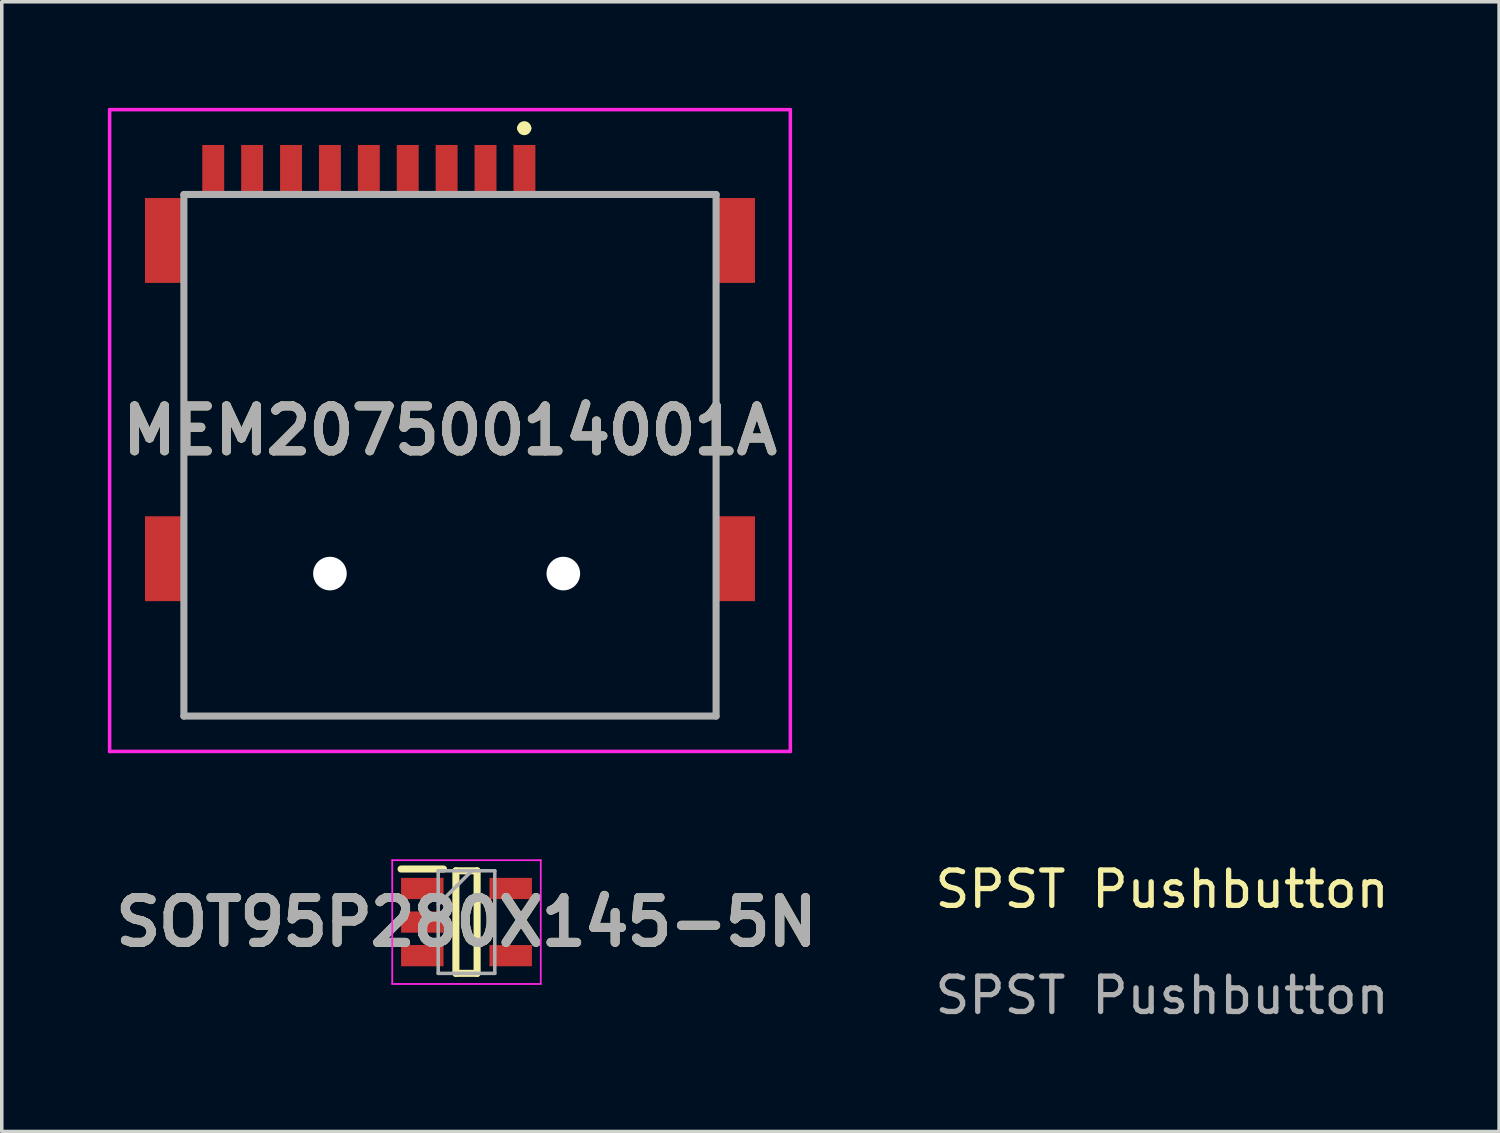
<source format=kicad_pcb>
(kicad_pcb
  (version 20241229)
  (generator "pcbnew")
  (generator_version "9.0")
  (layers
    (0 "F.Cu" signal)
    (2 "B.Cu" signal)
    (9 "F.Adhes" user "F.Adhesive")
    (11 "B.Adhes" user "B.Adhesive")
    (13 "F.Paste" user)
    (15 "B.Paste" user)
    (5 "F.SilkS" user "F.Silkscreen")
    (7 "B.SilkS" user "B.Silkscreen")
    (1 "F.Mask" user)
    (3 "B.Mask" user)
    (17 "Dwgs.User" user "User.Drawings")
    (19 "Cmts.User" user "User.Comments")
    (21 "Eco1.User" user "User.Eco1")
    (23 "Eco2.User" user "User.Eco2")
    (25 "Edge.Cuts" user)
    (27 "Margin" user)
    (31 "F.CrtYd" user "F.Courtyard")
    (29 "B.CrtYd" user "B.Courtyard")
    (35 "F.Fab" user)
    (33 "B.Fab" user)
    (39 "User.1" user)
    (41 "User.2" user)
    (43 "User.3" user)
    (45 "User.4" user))
  (footprint "SOT95P280X145-5N"
    (layer "F.Cu")
    (at 10.142 23.025)
    (property "Reference" "SOT95P280X145-5N" (at 0 0 0) (layer "F.SilkS") (effects (font (size 1.27 1.27) (thickness 0.254))))
    (attr smd)
    (fp_line (start -1.85 -1.5) (end -0.65 -1.5) (stroke (width 0.2) (type solid)) (layer "F.SilkS"))
    (fp_line (start -0.3 -1.45) (end 0.3 -1.45) (stroke (width 0.2) (type solid)) (layer "F.SilkS"))
    (fp_line (start -0.3 1.45) (end -0.3 -1.45) (stroke (width 0.2) (type solid)) (layer "F.SilkS"))
    (fp_line (start 0.3 -1.45) (end 0.3 1.45) (stroke (width 0.2) (type solid)) (layer "F.SilkS"))
    (fp_line (start 0.3 1.45) (end -0.3 1.45) (stroke (width 0.2) (type solid)) (layer "F.SilkS"))
    (fp_line (start -2.1 -1.75) (end 2.1 -1.75) (stroke (width 0.05) (type solid)) (layer "F.CrtYd"))
    (fp_line (start -2.1 1.75) (end -2.1 -1.75) (stroke (width 0.05) (type solid)) (layer "F.CrtYd"))
    (fp_line (start 2.1 -1.75) (end 2.1 1.75) (stroke (width 0.05) (type solid)) (layer "F.CrtYd"))
    (fp_line (start 2.1 1.75) (end -2.1 1.75) (stroke (width 0.05) (type solid)) (layer "F.CrtYd"))
    (fp_line (start -0.8 -1.45) (end 0.8 -1.45) (stroke (width 0.1) (type solid)) (layer "F.Fab"))
    (fp_line (start -0.8 -0.5) (end 0.15 -1.45) (stroke (width 0.1) (type solid)) (layer "F.Fab"))
    (fp_line (start -0.8 1.45) (end -0.8 -1.45) (stroke (width 0.1) (type solid)) (layer "F.Fab"))
    (fp_line (start 0.8 -1.45) (end 0.8 1.45) (stroke (width 0.1) (type solid)) (layer "F.Fab"))
    (fp_line (start 0.8 1.45) (end -0.8 1.45) (stroke (width 0.1) (type solid)) (layer "F.Fab"))
    (fp_text user "${REFERENCE}" (at 0 0 0) (layer "F.Fab") (effects (font (size 1.27 1.27) (thickness 0.254))))
    (pad "1" smd rect (at -1.25 -0.95 90) (size 0.6 1.2) (layers "F.Cu" "F.Mask" "F.Paste"))
    (pad "2" smd rect (at -1.25 0 90) (size 0.6 1.2) (layers "F.Cu" "F.Mask" "F.Paste"))
    (pad "3" smd rect (at -1.25 0.95 90) (size 0.6 1.2) (layers "F.Cu" "F.Mask" "F.Paste"))
    (pad "4" smd rect (at 1.25 0.95 90) (size 0.6 1.2) (layers "F.Cu" "F.Mask" "F.Paste"))
    (pad "5" smd rect (at 1.25 -0.95 90) (size 0.6 1.2) (layers "F.Cu" "F.Mask" "F.Paste")))
  (footprint "SPST Pushbutton"
    (layer "F.Cu")
    (at 29.813 22.598)
    (property "Reference" "SPST Pushbutton" (at 0 -0.5 0) (unlocked yes) (layer "F.SilkS") (effects (font (size 1 1) (thickness 0.15))))
    (attr smd)
    (fp_text user "${REFERENCE}" (at 0 2.5 0) (unlocked yes) (layer "F.Fab") (effects (font (size 1 1) (thickness 0.15)))))
  (footprint "MEM20750014001A"
    (layer "F.Cu")
    (at 9.675 9.475)
    (property "Reference" "MEM20750014001A" (at 0 -0.35 0) (layer "F.SilkS") (effects (font (size 1.27 1.27) (thickness 0.254))))
    (attr through_hole)
    (fp_line (start -7.525 -4.025) (end -7.525 1.4) (stroke (width 0.1) (type solid)) (layer "F.SilkS"))
    (fp_line (start -7.525 4.975) (end -7.525 7.725) (stroke (width 0.1) (type solid)) (layer "F.SilkS"))
    (fp_line (start -7.525 7.725) (end 7.525 7.725) (stroke (width 0.1) (type solid)) (layer "F.SilkS"))
    (fp_line (start 2 -8.9) (end 2 -8.9) (stroke (width 0.2) (type solid)) (layer "F.SilkS"))
    (fp_line (start 2.2 -8.9) (end 2.2 -8.9) (stroke (width 0.2) (type solid)) (layer "F.SilkS"))
    (fp_line (start 2.8 -7.025) (end 7 -7.025) (stroke (width 0.1) (type solid)) (layer "F.SilkS"))
    (fp_line (start 7.525 -4.025) (end 7.525 1.4) (stroke (width 0.1) (type solid)) (layer "F.SilkS"))
    (fp_line (start 7.525 7.725) (end 7.525 4.975) (stroke (width 0.1) (type solid)) (layer "F.SilkS"))
    (fp_arc (start 2 -8.9) (mid 2.1 -9) (end 2.2 -8.9) (stroke (width 0.2) (type solid)) (layer "F.SilkS"))
    (fp_arc (start 2.2 -8.9) (mid 2.1 -8.8) (end 2 -8.9) (stroke (width 0.2) (type solid)) (layer "F.SilkS"))
    (fp_line (start -9.625 -9.425) (end 9.625 -9.425) (stroke (width 0.1) (type solid)) (layer "F.CrtYd"))
    (fp_line (start -9.625 8.725) (end -9.625 -9.425) (stroke (width 0.1) (type solid)) (layer "F.CrtYd"))
    (fp_line (start 9.625 -9.425) (end 9.625 8.725) (stroke (width 0.1) (type solid)) (layer "F.CrtYd"))
    (fp_line (start 9.625 8.725) (end -9.625 8.725) (stroke (width 0.1) (type solid)) (layer "F.CrtYd"))
    (fp_line (start -7.525 -7.025) (end 7.525 -7.025) (stroke (width 0.2) (type solid)) (layer "F.Fab"))
    (fp_line (start -7.525 7.725) (end -7.525 -7.025) (stroke (width 0.2) (type solid)) (layer "F.Fab"))
    (fp_line (start 7.525 -7.025) (end 7.525 7.725) (stroke (width 0.2) (type solid)) (layer "F.Fab"))
    (fp_line (start 7.525 7.725) (end -7.525 7.725) (stroke (width 0.2) (type solid)) (layer "F.Fab"))
    (fp_text user "${REFERENCE}" (at 0 -0.35 0) (layer "F.Fab") (effects (font (size 1.27 1.27) (thickness 0.254))))
    (pad "" np_thru_hole circle (at -3.395 3.695) (size 0.95 0.95) (drill 0.95) (layers "*.Cu" "*.Mask"))
    (pad "" np_thru_hole circle (at 3.205 3.695) (size 0.95 0.95) (drill 0.95) (layers "*.Cu" "*.Mask"))
    (pad "MP1" smd rect (at -8.075 -5.725) (size 1.1 2.4) (layers "F.Cu" "F.Mask" "F.Paste"))
    (pad "MP2" smd rect (at -8.075 3.275) (size 1.1 2.4) (layers "F.Cu" "F.Mask" "F.Paste"))
    (pad "MP3" smd rect (at 8.075 3.275) (size 1.1 2.4) (layers "F.Cu" "F.Mask" "F.Paste"))
    (pad "MP4" smd rect (at 8.075 -5.725) (size 1.1 2.4) (layers "F.Cu" "F.Mask" "F.Paste"))
    (pad "P1" smd rect (at 2.105 -7.725) (size 0.62 1.4) (layers "F.Cu" "F.Mask" "F.Paste"))
    (pad "P2" smd rect (at 1.005 -7.725) (size 0.62 1.4) (layers "F.Cu" "F.Mask" "F.Paste"))
    (pad "P3" smd rect (at -0.095 -7.725) (size 0.62 1.4) (layers "F.Cu" "F.Mask" "F.Paste"))
    (pad "P4" smd rect (at -1.195 -7.725) (size 0.62 1.4) (layers "F.Cu" "F.Mask" "F.Paste"))
    (pad "P5" smd rect (at -2.295 -7.725) (size 0.62 1.4) (layers "F.Cu" "F.Mask" "F.Paste"))
    (pad "P6" smd rect (at -3.395 -7.725) (size 0.62 1.4) (layers "F.Cu" "F.Mask" "F.Paste"))
    (pad "P7" smd rect (at -4.495 -7.725) (size 0.62 1.4) (layers "F.Cu" "F.Mask" "F.Paste"))
    (pad "P8" smd rect (at -5.595 -7.725) (size 0.62 1.4) (layers "F.Cu" "F.Mask" "F.Paste"))
    (pad "P9" smd rect (at -6.695 -7.725) (size 0.62 1.4) (layers "F.Cu" "F.Mask" "F.Paste")))
  (gr_rect
    (start -3 -3)
    (end 39.343 28.947)
    (stroke (width 0.1) (type default))
    (fill no)
    (layer "Edge.Cuts")))
</source>
